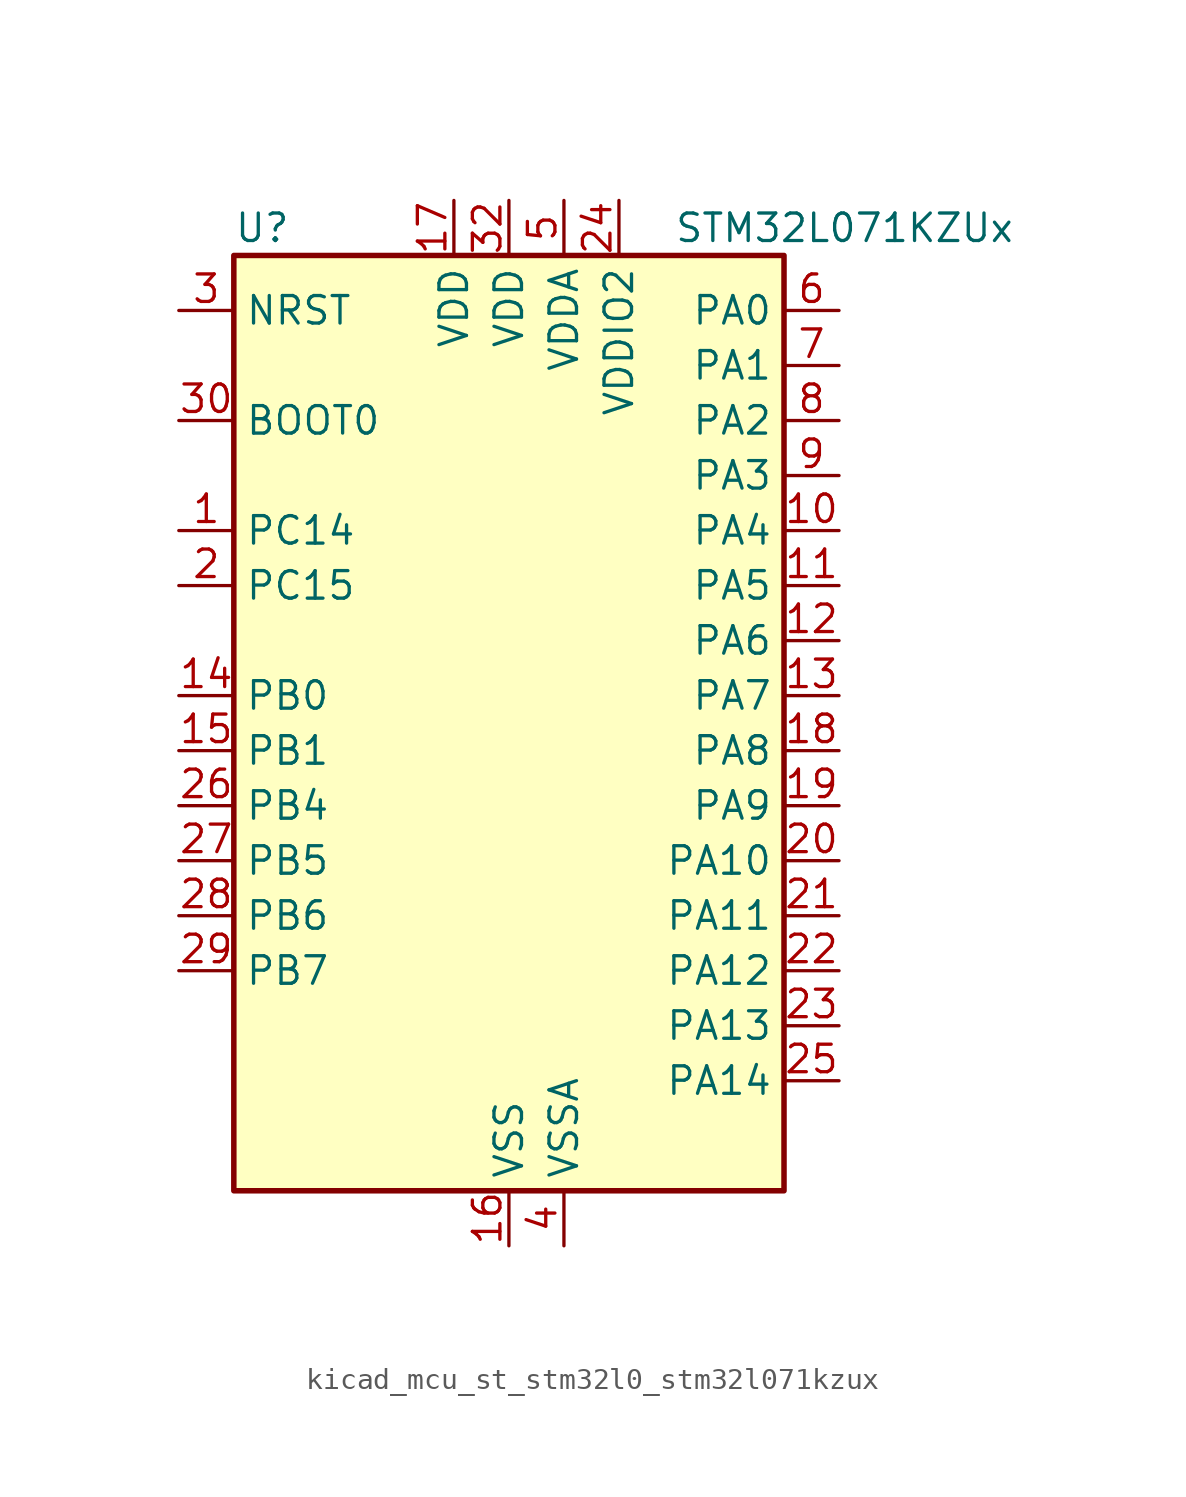
<source format=kicad_sym>
(kicad_symbol_lib
  (version 20220914)
  (generator kicad_symbol_editor)
  (symbol "kicad_mcu_st_stm32l0_stm32l071kzux"
    (property "Reference" "U"
      (at -12.7 24.13 0)
      (effects (font (size 1.27 1.27)) (justify left)))
    (property "Value" "STM32L071KZUx"
      (at 7.62 24.13 0)
      (effects (font (size 1.27 1.27)) (justify left)))
    (property "ki_locked" ""
      (at 0 0 0)
      (effects (font (size 1.27 1.27))))
    (symbol "kicad_mcu_st_stm32l0_stm32l071kzux_0_1"
      (rectangle (start -12.7 -20.32) (end 12.7 22.86) (stroke (width 0.254) (type default)) (fill (type background))))
    (symbol "kicad_mcu_st_stm32l0_stm32l071kzux_1_1"
      (pin bidirectional line (at -15.24 10.16 0) (length 2.54) (name "PC14" (effects (font (size 1.27 1.27)))) (number "1" (effects (font (size 1.27 1.27)))) (alternate "RCC_OSC32_IN" bidirectional line))
      (pin bidirectional line (at 15.24 10.16 180) (length 2.54) (name "PA4" (effects (font (size 1.27 1.27)))) (number "10" (effects (font (size 1.27 1.27)))) (alternate "ADC_IN4" bidirectional line) (alternate "COMP1_INM" bidirectional line) (alternate "COMP2_INM" bidirectional line) (alternate "SPI1_NSS" bidirectional line) (alternate "TIM22_ETR" bidirectional line) (alternate "USART2_CK" bidirectional line))
      (pin bidirectional line (at 15.24 7.62 180) (length 2.54) (name "PA5" (effects (font (size 1.27 1.27)))) (number "11" (effects (font (size 1.27 1.27)))) (alternate "ADC_IN5" bidirectional line) (alternate "COMP1_INM" bidirectional line) (alternate "COMP2_INM" bidirectional line) (alternate "SPI1_SCK" bidirectional line) (alternate "TIM2_CH1" bidirectional line) (alternate "TIM2_ETR" bidirectional line))
      (pin bidirectional line (at 15.24 5.08 180) (length 2.54) (name "PA6" (effects (font (size 1.27 1.27)))) (number "12" (effects (font (size 1.27 1.27)))) (alternate "ADC_IN6" bidirectional line) (alternate "COMP1_OUT" bidirectional line) (alternate "LPUART1_CTS" bidirectional line) (alternate "SPI1_MISO" bidirectional line) (alternate "TIM22_CH1" bidirectional line) (alternate "TIM3_CH1" bidirectional line))
      (pin bidirectional line (at 15.24 2.54 180) (length 2.54) (name "PA7" (effects (font (size 1.27 1.27)))) (number "13" (effects (font (size 1.27 1.27)))) (alternate "ADC_IN7" bidirectional line) (alternate "COMP2_OUT" bidirectional line) (alternate "SPI1_MOSI" bidirectional line) (alternate "TIM22_CH2" bidirectional line) (alternate "TIM3_CH2" bidirectional line))
      (pin bidirectional line (at -15.24 2.54 0) (length 2.54) (name "PB0" (effects (font (size 1.27 1.27)))) (number "14" (effects (font (size 1.27 1.27)))) (alternate "ADC_IN8" bidirectional line) (alternate "SYS_VREF_OUT_PB0" bidirectional line) (alternate "TIM3_CH3" bidirectional line))
      (pin bidirectional line (at -15.24 0 0) (length 2.54) (name "PB1" (effects (font (size 1.27 1.27)))) (number "15" (effects (font (size 1.27 1.27)))) (alternate "ADC_IN9" bidirectional line) (alternate "LPUART1_DE" bidirectional line) (alternate "LPUART1_RTS" bidirectional line) (alternate "SYS_VREF_OUT_PB1" bidirectional line) (alternate "TIM3_CH4" bidirectional line))
      (pin power_in line (at 0 -22.86 90) (length 2.54) (name "VSS" (effects (font (size 1.27 1.27)))) (number "16" (effects (font (size 1.27 1.27)))))
      (pin power_in line (at -2.54 25.4 270) (length 2.54) (name "VDD" (effects (font (size 1.27 1.27)))) (number "17" (effects (font (size 1.27 1.27)))))
      (pin bidirectional line (at 15.24 0 180) (length 2.54) (name "PA8" (effects (font (size 1.27 1.27)))) (number "18" (effects (font (size 1.27 1.27)))) (alternate "I2C3_SCL" bidirectional line) (alternate "RCC_MCO" bidirectional line) (alternate "USART1_CK" bidirectional line))
      (pin bidirectional line (at 15.24 -2.54 180) (length 2.54) (name "PA9" (effects (font (size 1.27 1.27)))) (number "19" (effects (font (size 1.27 1.27)))) (alternate "I2C1_SCL" bidirectional line) (alternate "I2C3_SMBA" bidirectional line) (alternate "RCC_MCO" bidirectional line) (alternate "USART1_TX" bidirectional line))
      (pin bidirectional line (at -15.24 7.62 0) (length 2.54) (name "PC15" (effects (font (size 1.27 1.27)))) (number "2" (effects (font (size 1.27 1.27)))) (alternate "RCC_OSC32_OUT" bidirectional line))
      (pin bidirectional line (at 15.24 -5.08 180) (length 2.54) (name "PA10" (effects (font (size 1.27 1.27)))) (number "20" (effects (font (size 1.27 1.27)))) (alternate "I2C1_SDA" bidirectional line) (alternate "USART1_RX" bidirectional line))
      (pin bidirectional line (at 15.24 -7.62 180) (length 2.54) (name "PA11" (effects (font (size 1.27 1.27)))) (number "21" (effects (font (size 1.27 1.27)))) (alternate "ADC_EXTI11" bidirectional line) (alternate "COMP1_OUT" bidirectional line) (alternate "SPI1_MISO" bidirectional line) (alternate "USART1_CTS" bidirectional line))
      (pin bidirectional line (at 15.24 -10.16 180) (length 2.54) (name "PA12" (effects (font (size 1.27 1.27)))) (number "22" (effects (font (size 1.27 1.27)))) (alternate "COMP2_OUT" bidirectional line) (alternate "SPI1_MOSI" bidirectional line) (alternate "USART1_DE" bidirectional line) (alternate "USART1_RTS" bidirectional line))
      (pin bidirectional line (at 15.24 -12.7 180) (length 2.54) (name "PA13" (effects (font (size 1.27 1.27)))) (number "23" (effects (font (size 1.27 1.27)))) (alternate "LPUART1_RX" bidirectional line) (alternate "SYS_SWDIO" bidirectional line))
      (pin power_in line (at 5.08 25.4 270) (length 2.54) (name "VDDIO2" (effects (font (size 1.27 1.27)))) (number "24" (effects (font (size 1.27 1.27)))))
      (pin bidirectional line (at 15.24 -15.24 180) (length 2.54) (name "PA14" (effects (font (size 1.27 1.27)))) (number "25" (effects (font (size 1.27 1.27)))) (alternate "LPUART1_TX" bidirectional line) (alternate "SYS_SWCLK" bidirectional line) (alternate "USART2_TX" bidirectional line))
      (pin bidirectional line (at -15.24 -2.54 0) (length 2.54) (name "PB4" (effects (font (size 1.27 1.27)))) (number "26" (effects (font (size 1.27 1.27)))) (alternate "COMP2_INP" bidirectional line) (alternate "I2C3_SDA" bidirectional line) (alternate "SPI1_MISO" bidirectional line) (alternate "TIM22_CH1" bidirectional line) (alternate "TIM3_CH1" bidirectional line) (alternate "USART1_CTS" bidirectional line))
      (pin bidirectional line (at -15.24 -5.08 0) (length 2.54) (name "PB5" (effects (font (size 1.27 1.27)))) (number "27" (effects (font (size 1.27 1.27)))) (alternate "COMP2_INP" bidirectional line) (alternate "I2C1_SMBA" bidirectional line) (alternate "LPTIM1_IN1" bidirectional line) (alternate "SPI1_MOSI" bidirectional line) (alternate "TIM22_CH2" bidirectional line) (alternate "TIM3_CH2" bidirectional line) (alternate "USART1_CK" bidirectional line))
      (pin bidirectional line (at -15.24 -7.62 0) (length 2.54) (name "PB6" (effects (font (size 1.27 1.27)))) (number "28" (effects (font (size 1.27 1.27)))) (alternate "COMP2_INP" bidirectional line) (alternate "I2C1_SCL" bidirectional line) (alternate "LPTIM1_ETR" bidirectional line) (alternate "USART1_TX" bidirectional line))
      (pin bidirectional line (at -15.24 -10.16 0) (length 2.54) (name "PB7" (effects (font (size 1.27 1.27)))) (number "29" (effects (font (size 1.27 1.27)))) (alternate "COMP2_INP" bidirectional line) (alternate "I2C1_SDA" bidirectional line) (alternate "LPTIM1_IN2" bidirectional line) (alternate "SYS_PVD_IN" bidirectional line) (alternate "USART1_RX" bidirectional line) (alternate "USART4_CTS" bidirectional line))
      (pin input line (at -15.24 20.32 0) (length 2.54) (name "NRST" (effects (font (size 1.27 1.27)))) (number "3" (effects (font (size 1.27 1.27)))))
      (pin input line (at -15.24 15.24 0) (length 2.54) (name "BOOT0" (effects (font (size 1.27 1.27)))) (number "30" (effects (font (size 1.27 1.27)))))
      (pin passive line (at 0 -22.86 90) (length 2.54) hide (name "VSS" (effects (font (size 1.27 1.27)))) (number "31" (effects (font (size 1.27 1.27)))))
      (pin power_in line (at 0 25.4 270) (length 2.54) (name "VDD" (effects (font (size 1.27 1.27)))) (number "32" (effects (font (size 1.27 1.27)))))
      (pin passive line (at 0 -22.86 90) (length 2.54) hide (name "VSS" (effects (font (size 1.27 1.27)))) (number "33" (effects (font (size 1.27 1.27)))))
      (pin power_in line (at 2.54 -22.86 90) (length 2.54) (name "VSSA" (effects (font (size 1.27 1.27)))) (number "4" (effects (font (size 1.27 1.27)))))
      (pin power_in line (at 2.54 25.4 270) (length 2.54) (name "VDDA" (effects (font (size 1.27 1.27)))) (number "5" (effects (font (size 1.27 1.27)))))
      (pin bidirectional line (at 15.24 20.32 180) (length 2.54) (name "PA0" (effects (font (size 1.27 1.27)))) (number "6" (effects (font (size 1.27 1.27)))) (alternate "ADC_IN0" bidirectional line) (alternate "COMP1_INM" bidirectional line) (alternate "COMP1_OUT" bidirectional line) (alternate "RTC_TAMP2" bidirectional line) (alternate "SYS_WKUP1" bidirectional line) (alternate "TIM2_CH1" bidirectional line) (alternate "TIM2_ETR" bidirectional line) (alternate "USART2_CTS" bidirectional line) (alternate "USART4_TX" bidirectional line))
      (pin bidirectional line (at 15.24 17.78 180) (length 2.54) (name "PA1" (effects (font (size 1.27 1.27)))) (number "7" (effects (font (size 1.27 1.27)))) (alternate "ADC_IN1" bidirectional line) (alternate "COMP1_INP" bidirectional line) (alternate "TIM21_ETR" bidirectional line) (alternate "TIM2_CH2" bidirectional line) (alternate "USART2_DE" bidirectional line) (alternate "USART2_RTS" bidirectional line) (alternate "USART4_RX" bidirectional line))
      (pin bidirectional line (at 15.24 15.24 180) (length 2.54) (name "PA2" (effects (font (size 1.27 1.27)))) (number "8" (effects (font (size 1.27 1.27)))) (alternate "ADC_IN2" bidirectional line) (alternate "COMP2_INM" bidirectional line) (alternate "COMP2_OUT" bidirectional line) (alternate "LPUART1_TX" bidirectional line) (alternate "TIM21_CH1" bidirectional line) (alternate "TIM2_CH3" bidirectional line) (alternate "USART2_TX" bidirectional line))
      (pin bidirectional line (at 15.24 12.7 180) (length 2.54) (name "PA3" (effects (font (size 1.27 1.27)))) (number "9" (effects (font (size 1.27 1.27)))) (alternate "ADC_IN3" bidirectional line) (alternate "COMP2_INP" bidirectional line) (alternate "LPUART1_RX" bidirectional line) (alternate "TIM21_CH2" bidirectional line) (alternate "TIM2_CH4" bidirectional line) (alternate "USART2_RX" bidirectional line)))))
</source>
